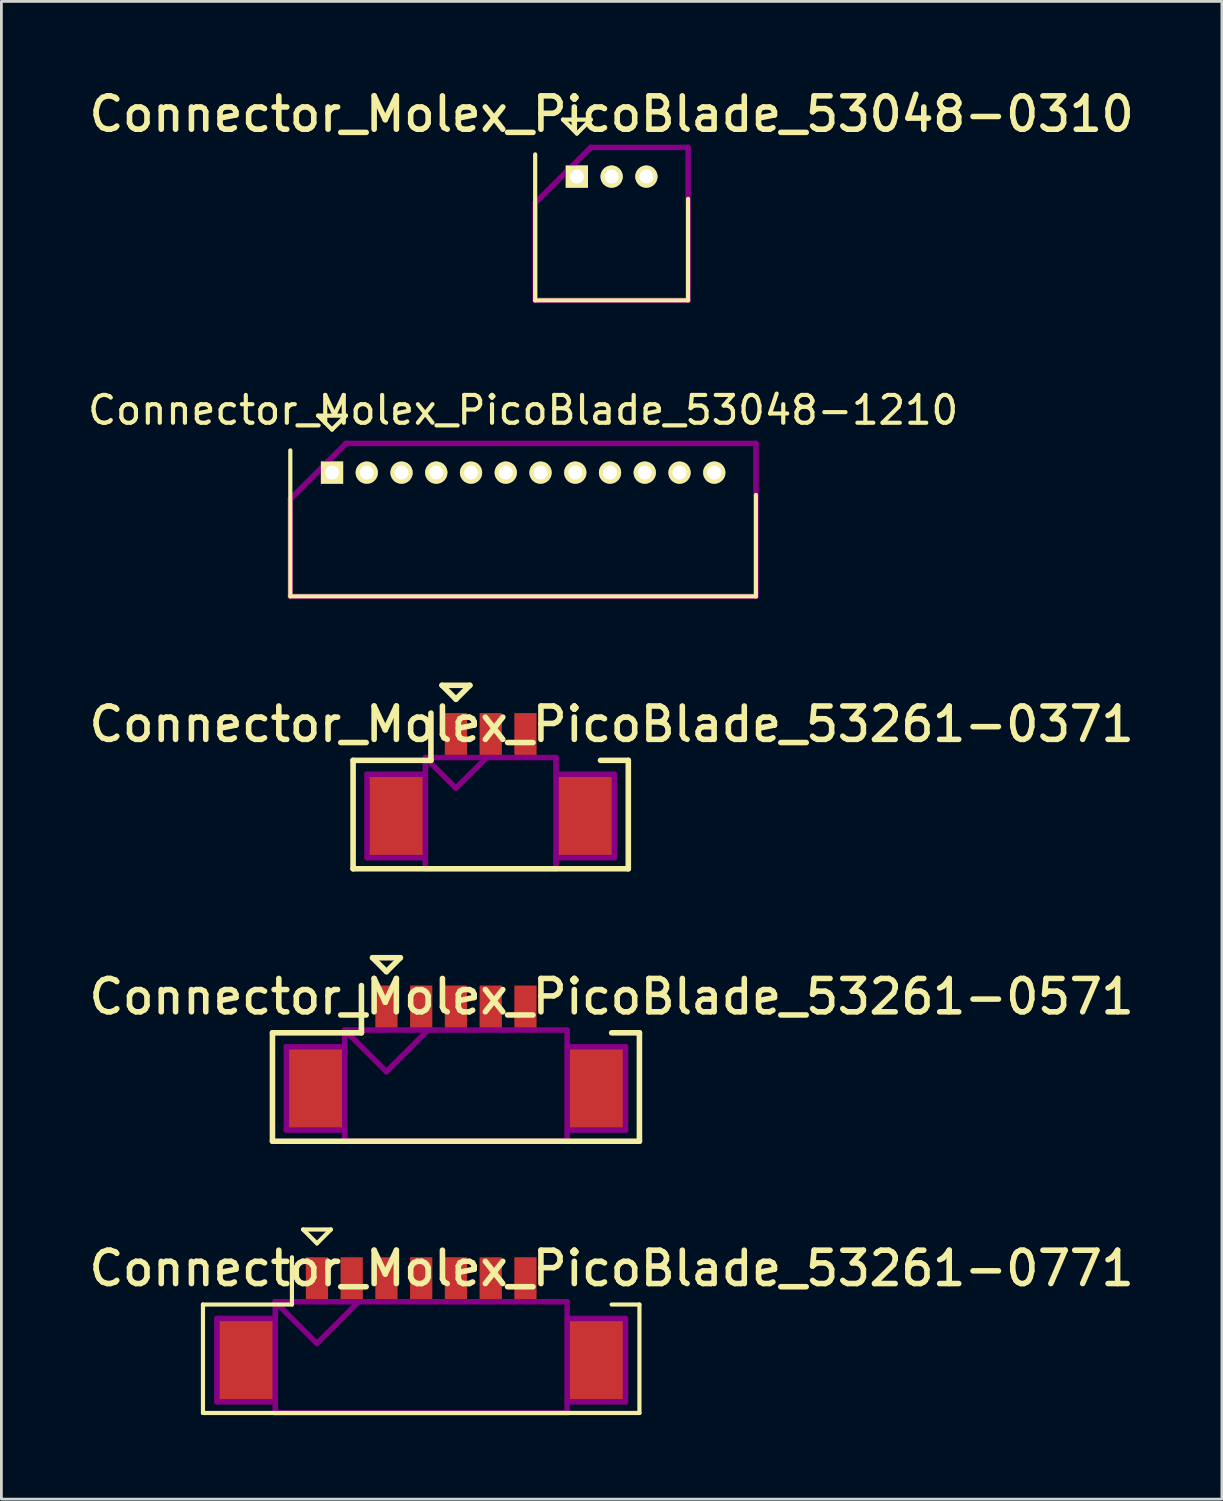
<source format=kicad_pcb>
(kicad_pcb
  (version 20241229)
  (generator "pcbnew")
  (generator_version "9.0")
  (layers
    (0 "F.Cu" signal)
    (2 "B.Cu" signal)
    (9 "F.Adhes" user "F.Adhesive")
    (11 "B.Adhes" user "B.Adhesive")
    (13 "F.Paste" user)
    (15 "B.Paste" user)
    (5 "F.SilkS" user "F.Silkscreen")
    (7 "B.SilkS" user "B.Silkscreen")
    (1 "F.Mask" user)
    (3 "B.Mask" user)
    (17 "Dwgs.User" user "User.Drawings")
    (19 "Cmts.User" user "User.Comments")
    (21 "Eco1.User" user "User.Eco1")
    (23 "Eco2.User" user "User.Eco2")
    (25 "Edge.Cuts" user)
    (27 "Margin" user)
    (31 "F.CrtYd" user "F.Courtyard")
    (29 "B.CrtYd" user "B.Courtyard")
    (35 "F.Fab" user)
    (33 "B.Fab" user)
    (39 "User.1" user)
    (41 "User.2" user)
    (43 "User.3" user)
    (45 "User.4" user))
  (footprint "Connector_Molex_PicoBlade_53048-1210"
    (layer "F.Cu")
    (at 8.893 13.951)
    (property "Reference" "Connector_Molex_PicoBlade_53048-1210" (at 6.875 -2.25 0) (layer "F.SilkS") (effects (font (size 1 1) (thickness 0.15))))
    (attr through_hole)
    (fp_line (start -1.5 -0.8) (end -1.5 4.45) (stroke (width 0.15) (type solid)) (layer "F.SilkS"))
    (fp_line (start -1.5 4.45) (end 15.25 4.45) (stroke (width 0.15) (type solid)) (layer "F.SilkS"))
    (fp_line (start -0.5 -2.05) (end 0.5 -2.05) (stroke (width 0.15) (type solid)) (layer "F.SilkS"))
    (fp_line (start 0 -1.55) (end -0.5 -2.05) (stroke (width 0.15) (type solid)) (layer "F.SilkS"))
    (fp_line (start 0.5 -2.05) (end 0 -1.55) (stroke (width 0.15) (type solid)) (layer "F.SilkS"))
    (fp_line (start 15.25 4.45) (end 15.25 0.8) (stroke (width 0.15) (type solid)) (layer "F.SilkS"))
    (fp_line (start -1.5 0.95) (end -1.5 4.45) (stroke (width 0.2) (type solid)) (layer "F.Adhes"))
    (fp_line (start -1.5 4.45) (end 15.25 4.45) (stroke (width 0.2) (type solid)) (layer "F.Adhes"))
    (fp_line (start 0.5 -1.05) (end -1.5 0.95) (stroke (width 0.2) (type solid)) (layer "F.Adhes"))
    (fp_line (start 15.25 -1.05) (end 0.5 -1.05) (stroke (width 0.2) (type solid)) (layer "F.Adhes"))
    (fp_line (start 15.25 4.45) (end 15.25 -1.05) (stroke (width 0.2) (type solid)) (layer "F.Adhes"))
    (pad "1" thru_hole rect (at 0 0) (size 0.8 0.8) (drill 0.5) (layers "*.Cu" "*.Mask" "F.SilkS"))
    (pad "2" thru_hole oval (at 1.25 0) (size 0.8 0.8) (drill 0.5) (layers "*.Cu" "*.Mask" "F.SilkS"))
    (pad "3" thru_hole oval (at 2.5 0) (size 0.8 0.8) (drill 0.5) (layers "*.Cu" "*.Mask" "F.SilkS"))
    (pad "4" thru_hole oval (at 3.75 0) (size 0.8 0.8) (drill 0.5) (layers "*.Cu" "*.Mask" "F.SilkS"))
    (pad "5" thru_hole oval (at 5 0) (size 0.8 0.8) (drill 0.5) (layers "*.Cu" "*.Mask" "F.SilkS"))
    (pad "6" thru_hole oval (at 6.25 0) (size 0.8 0.8) (drill 0.5) (layers "*.Cu" "*.Mask" "F.SilkS"))
    (pad "7" thru_hole oval (at 7.5 0) (size 0.8 0.8) (drill 0.5) (layers "*.Cu" "*.Mask" "F.SilkS"))
    (pad "8" thru_hole oval (at 8.75 0) (size 0.8 0.8) (drill 0.5) (layers "*.Cu" "*.Mask" "F.SilkS"))
    (pad "9" thru_hole oval (at 10 0) (size 0.8 0.8) (drill 0.5) (layers "*.Cu" "*.Mask" "F.SilkS"))
    (pad "10" thru_hole oval (at 11.25 0) (size 0.8 0.8) (drill 0.5) (layers "*.Cu" "*.Mask" "F.SilkS"))
    (pad "11" thru_hole oval (at 12.5 0) (size 0.8 0.8) (drill 0.5) (layers "*.Cu" "*.Mask" "F.SilkS"))
    (pad "12" thru_hole oval (at 13.75 0) (size 0.8 0.8) (drill 0.5) (layers "*.Cu" "*.Mask" "F.SilkS")))
  (footprint "Connector_Molex_PicoBlade_53261-0371"
    (layer "F.Cu")
    (at 14.601 26.301)
    (property "Reference" "Connector_Molex_PicoBlade_53261-0371" (at 4.35 -3.3 0) (layer "F.SilkS") (effects (font (size 1.2 1.2) (thickness 0.2))))
    (attr through_hole)
    (fp_line (start -4.95 -2) (end -4.95 1.9) (stroke (width 0.2) (type solid)) (layer "F.SilkS"))
    (fp_line (start -4.95 1.9) (end 4.95 1.9) (stroke (width 0.2) (type solid)) (layer "F.SilkS"))
    (fp_line (start -2.15 -3.7) (end -2.15 -2) (stroke (width 0.2) (type solid)) (layer "F.SilkS"))
    (fp_line (start -2.15 -2) (end -4.95 -2) (stroke (width 0.2) (type solid)) (layer "F.SilkS"))
    (fp_line (start -1.75 -4.7) (end -0.75 -4.7) (stroke (width 0.2) (type solid)) (layer "F.SilkS"))
    (fp_line (start -1.25 -4.2) (end -1.75 -4.7) (stroke (width 0.2) (type solid)) (layer "F.SilkS"))
    (fp_line (start -0.75 -4.7) (end -1.25 -4.2) (stroke (width 0.2) (type solid)) (layer "F.SilkS"))
    (fp_line (start 4.95 -2) (end 3.95 -2) (stroke (width 0.2) (type solid)) (layer "F.SilkS"))
    (fp_line (start 4.95 1.9) (end 4.95 -2) (stroke (width 0.2) (type solid)) (layer "F.SilkS"))
    (fp_line (start -4.45 -1.5) (end -4.45 1.5) (stroke (width 0.2) (type solid)) (layer "F.Adhes"))
    (fp_line (start -4.45 1.5) (end -2.35 1.5) (stroke (width 0.2) (type solid)) (layer "F.Adhes"))
    (fp_line (start -2.35 -2.1) (end -2.35 1.9) (stroke (width 0.2) (type solid)) (layer "F.Adhes"))
    (fp_line (start -2.35 -2.1) (end -1.25 -1) (stroke (width 0.2) (type solid)) (layer "F.Adhes"))
    (fp_line (start -2.35 -1.5) (end -4.45 -1.5) (stroke (width 0.2) (type solid)) (layer "F.Adhes"))
    (fp_line (start -2.35 1.9) (end 2.35 1.9) (stroke (width 0.2) (type solid)) (layer "F.Adhes"))
    (fp_line (start -1.25 -1) (end -0.15 -2.1) (stroke (width 0.2) (type solid)) (layer "F.Adhes"))
    (fp_line (start 2.35 -2.1) (end -2.35 -2.1) (stroke (width 0.2) (type solid)) (layer "F.Adhes"))
    (fp_line (start 2.35 -1.5) (end 4.45 -1.5) (stroke (width 0.2) (type solid)) (layer "F.Adhes"))
    (fp_line (start 2.35 1.9) (end 2.35 -2.1) (stroke (width 0.2) (type solid)) (layer "F.Adhes"))
    (fp_line (start 4.45 -1.5) (end 4.45 1.5) (stroke (width 0.2) (type solid)) (layer "F.Adhes"))
    (fp_line (start 4.45 1.5) (end 2.35 1.5) (stroke (width 0.2) (type solid)) (layer "F.Adhes"))
    (pad "" smd rect (at -3.4 0) (size 2.1 3) (layers "F.Cu" "F.Mask"))
    (pad "" smd rect (at 3.4 0) (size 2.1 3) (layers "F.Cu" "F.Mask"))
    (pad "1" smd rect (at -1.25 -2.9) (size 0.8 1.6) (layers "F.Cu" "F.Mask"))
    (pad "2" smd rect (at 0 -2.9) (size 0.8 1.6) (layers "F.Cu" "F.Mask"))
    (pad "3" smd rect (at 1.25 -2.9) (size 0.8 1.6) (layers "F.Cu" "F.Mask")))
  (footprint "Connector_Molex_PicoBlade_53261-0571"
    (layer "F.Cu")
    (at 13.351 36.101)
    (property "Reference" "Connector_Molex_PicoBlade_53261-0571" (at 5.6 -3.3 0) (layer "F.SilkS") (effects (font (size 1.2 1.2) (thickness 0.2))))
    (attr through_hole)
    (fp_line (start -6.6 -2) (end -6.6 1.9) (stroke (width 0.2) (type solid)) (layer "F.SilkS"))
    (fp_line (start -6.6 1.9) (end 6.6 1.9) (stroke (width 0.2) (type solid)) (layer "F.SilkS"))
    (fp_line (start -3.4 -3.7) (end -3.4 -2) (stroke (width 0.2) (type solid)) (layer "F.SilkS"))
    (fp_line (start -3.4 -2) (end -6.6 -2) (stroke (width 0.2) (type solid)) (layer "F.SilkS"))
    (fp_line (start -3 -4.7) (end -2 -4.7) (stroke (width 0.2) (type solid)) (layer "F.SilkS"))
    (fp_line (start -2.5 -4.2) (end -3 -4.7) (stroke (width 0.2) (type solid)) (layer "F.SilkS"))
    (fp_line (start -2 -4.7) (end -2.5 -4.2) (stroke (width 0.2) (type solid)) (layer "F.SilkS"))
    (fp_line (start 6.6 -2) (end 5.6 -2) (stroke (width 0.2) (type solid)) (layer "F.SilkS"))
    (fp_line (start 6.6 1.9) (end 6.6 -2) (stroke (width 0.2) (type solid)) (layer "F.SilkS"))
    (fp_line (start -6.1 -1.5) (end -6.1 1.5) (stroke (width 0.2) (type solid)) (layer "F.Adhes"))
    (fp_line (start -6.1 1.5) (end -4 1.5) (stroke (width 0.2) (type solid)) (layer "F.Adhes"))
    (fp_line (start -4 -2.1) (end -4 1.9) (stroke (width 0.2) (type solid)) (layer "F.Adhes"))
    (fp_line (start -4 -2.1) (end -2.5 -0.6) (stroke (width 0.2) (type solid)) (layer "F.Adhes"))
    (fp_line (start -4 -1.5) (end -6.1 -1.5) (stroke (width 0.2) (type solid)) (layer "F.Adhes"))
    (fp_line (start -4 1.9) (end 4 1.9) (stroke (width 0.2) (type solid)) (layer "F.Adhes"))
    (fp_line (start -2.5 -0.6) (end -1 -2.1) (stroke (width 0.2) (type solid)) (layer "F.Adhes"))
    (fp_line (start 4 -2.1) (end -4 -2.1) (stroke (width 0.2) (type solid)) (layer "F.Adhes"))
    (fp_line (start 4 -1.5) (end 6.1 -1.5) (stroke (width 0.2) (type solid)) (layer "F.Adhes"))
    (fp_line (start 4 1.9) (end 4 -2.1) (stroke (width 0.2) (type solid)) (layer "F.Adhes"))
    (fp_line (start 6.1 -1.5) (end 6.1 1.5) (stroke (width 0.2) (type solid)) (layer "F.Adhes"))
    (fp_line (start 6.1 1.5) (end 4 1.5) (stroke (width 0.2) (type solid)) (layer "F.Adhes"))
    (pad "" smd rect (at -5.05 0) (size 2.1 3) (layers "F.Cu" "F.Mask"))
    (pad "" smd rect (at 5.05 0) (size 2.1 3) (layers "F.Cu" "F.Mask"))
    (pad "1" smd rect (at -2.5 -2.9) (size 0.8 1.6) (layers "F.Cu" "F.Mask"))
    (pad "2" smd rect (at -1.25 -2.9) (size 0.8 1.6) (layers "F.Cu" "F.Mask"))
    (pad "3" smd rect (at 0 -2.9) (size 0.8 1.6) (layers "F.Cu" "F.Mask"))
    (pad "4" smd rect (at 1.25 -2.9) (size 0.8 1.6) (layers "F.Cu" "F.Mask"))
    (pad "5" smd rect (at 2.5 -2.9) (size 0.8 1.6) (layers "F.Cu" "F.Mask")))
  (footprint "Connector_Molex_PicoBlade_53048-0310"
    (layer "F.Cu")
    (at 17.701 3.303)
    (property "Reference" "Connector_Molex_PicoBlade_53048-0310" (at 1.25 -2.25 0) (layer "F.SilkS") (effects (font (size 1.2 1.2) (thickness 0.2))))
    (attr through_hole)
    (fp_line (start -1.5 -0.8) (end -1.5 4.45) (stroke (width 0.15) (type solid)) (layer "F.SilkS"))
    (fp_line (start -1.5 4.45) (end 4 4.45) (stroke (width 0.15) (type solid)) (layer "F.SilkS"))
    (fp_line (start -0.5 -2.05) (end 0.5 -2.05) (stroke (width 0.15) (type solid)) (layer "F.SilkS"))
    (fp_line (start 0 -1.55) (end -0.5 -2.05) (stroke (width 0.15) (type solid)) (layer "F.SilkS"))
    (fp_line (start 0.5 -2.05) (end 0 -1.55) (stroke (width 0.15) (type solid)) (layer "F.SilkS"))
    (fp_line (start 4 4.45) (end 4 0.8) (stroke (width 0.15) (type solid)) (layer "F.SilkS"))
    (fp_line (start -1.5 0.95) (end -1.5 4.45) (stroke (width 0.2) (type solid)) (layer "F.Adhes"))
    (fp_line (start -1.5 4.45) (end 4 4.45) (stroke (width 0.2) (type solid)) (layer "F.Adhes"))
    (fp_line (start 0.5 -1.05) (end -1.5 0.95) (stroke (width 0.2) (type solid)) (layer "F.Adhes"))
    (fp_line (start 4 -1.05) (end 0.5 -1.05) (stroke (width 0.2) (type solid)) (layer "F.Adhes"))
    (fp_line (start 4 4.45) (end 4 -1.05) (stroke (width 0.2) (type solid)) (layer "F.Adhes"))
    (pad "1" thru_hole rect (at 0 0) (size 0.8 0.8) (drill 0.5) (layers "*.Cu" "*.Mask" "F.SilkS"))
    (pad "2" thru_hole oval (at 1.25 0) (size 0.8 0.8) (drill 0.5) (layers "*.Cu" "*.Mask" "F.SilkS"))
    (pad "3" thru_hole oval (at 2.5 0) (size 0.8 0.8) (drill 0.5) (layers "*.Cu" "*.Mask" "F.SilkS")))
  (footprint "Connector_Molex_PicoBlade_53261-0771"
    (layer "F.Cu")
    (at 12.101 45.876)
    (property "Reference" "Connector_Molex_PicoBlade_53261-0771" (at 6.85 -3.3 0) (layer "F.SilkS") (effects (font (size 1.2 1.2) (thickness 0.2))))
    (attr through_hole)
    (fp_line (start -7.85 -2) (end -7.85 1.9) (stroke (width 0.15) (type solid)) (layer "F.SilkS"))
    (fp_line (start -7.85 1.9) (end 7.85 1.9) (stroke (width 0.15) (type solid)) (layer "F.SilkS"))
    (fp_line (start -4.65 -3.7) (end -4.65 -2) (stroke (width 0.15) (type solid)) (layer "F.SilkS"))
    (fp_line (start -4.65 -2) (end -7.85 -2) (stroke (width 0.15) (type solid)) (layer "F.SilkS"))
    (fp_line (start -4.25 -4.7) (end -3.25 -4.7) (stroke (width 0.15) (type solid)) (layer "F.SilkS"))
    (fp_line (start -3.75 -4.2) (end -4.25 -4.7) (stroke (width 0.15) (type solid)) (layer "F.SilkS"))
    (fp_line (start -3.25 -4.7) (end -3.75 -4.2) (stroke (width 0.15) (type solid)) (layer "F.SilkS"))
    (fp_line (start 7.85 -2) (end 6.85 -2) (stroke (width 0.15) (type solid)) (layer "F.SilkS"))
    (fp_line (start 7.85 1.9) (end 7.85 -2) (stroke (width 0.15) (type solid)) (layer "F.SilkS"))
    (fp_line (start -7.35 -1.5) (end -7.35 1.5) (stroke (width 0.2) (type solid)) (layer "F.Adhes"))
    (fp_line (start -7.35 1.5) (end -5.25 1.5) (stroke (width 0.2) (type solid)) (layer "F.Adhes"))
    (fp_line (start -5.25 -2.1) (end -5.25 1.9) (stroke (width 0.2) (type solid)) (layer "F.Adhes"))
    (fp_line (start -5.25 -2.1) (end -3.75 -0.6) (stroke (width 0.2) (type solid)) (layer "F.Adhes"))
    (fp_line (start -5.25 -1.5) (end -7.35 -1.5) (stroke (width 0.2) (type solid)) (layer "F.Adhes"))
    (fp_line (start -5.25 1.9) (end 5.25 1.9) (stroke (width 0.2) (type solid)) (layer "F.Adhes"))
    (fp_line (start -3.75 -0.6) (end -2.25 -2.1) (stroke (width 0.2) (type solid)) (layer "F.Adhes"))
    (fp_line (start 5.25 -2.1) (end -5.25 -2.1) (stroke (width 0.2) (type solid)) (layer "F.Adhes"))
    (fp_line (start 5.25 -1.5) (end 7.35 -1.5) (stroke (width 0.2) (type solid)) (layer "F.Adhes"))
    (fp_line (start 5.25 1.9) (end 5.25 -2.1) (stroke (width 0.2) (type solid)) (layer "F.Adhes"))
    (fp_line (start 7.35 -1.5) (end 7.35 1.5) (stroke (width 0.2) (type solid)) (layer "F.Adhes"))
    (fp_line (start 7.35 1.5) (end 5.25 1.5) (stroke (width 0.2) (type solid)) (layer "F.Adhes"))
    (pad "" smd rect (at -6.3 0) (size 2.1 3) (layers "F.Cu" "F.Mask" "F.Paste"))
    (pad "" smd rect (at 6.3 0) (size 2.1 3) (layers "F.Cu" "F.Mask" "F.Paste"))
    (pad "1" smd rect (at -3.75 -2.9) (size 0.8 1.6) (layers "F.Cu" "F.Mask" "F.Paste"))
    (pad "2" smd rect (at -2.5 -2.9) (size 0.8 1.6) (layers "F.Cu" "F.Mask" "F.Paste"))
    (pad "3" smd rect (at -1.25 -2.9) (size 0.8 1.6) (layers "F.Cu" "F.Mask" "F.Paste"))
    (pad "4" smd rect (at 0 -2.9) (size 0.8 1.6) (layers "F.Cu" "F.Mask" "F.Paste"))
    (pad "5" smd rect (at 1.25 -2.9) (size 0.8 1.6) (layers "F.Cu" "F.Mask" "F.Paste"))
    (pad "6" smd rect (at 2.5 -2.9) (size 0.8 1.6) (layers "F.Cu" "F.Mask" "F.Paste"))
    (pad "7" smd rect (at 3.75 -2.9) (size 0.8 1.6) (layers "F.Cu" "F.Mask" "F.Paste")))
  (gr_rect
    (start -3 -3)
    (end 40.903 50.876)
    (stroke (width 0.1) (type default))
    (fill no)
    (layer "Edge.Cuts")))
</source>
